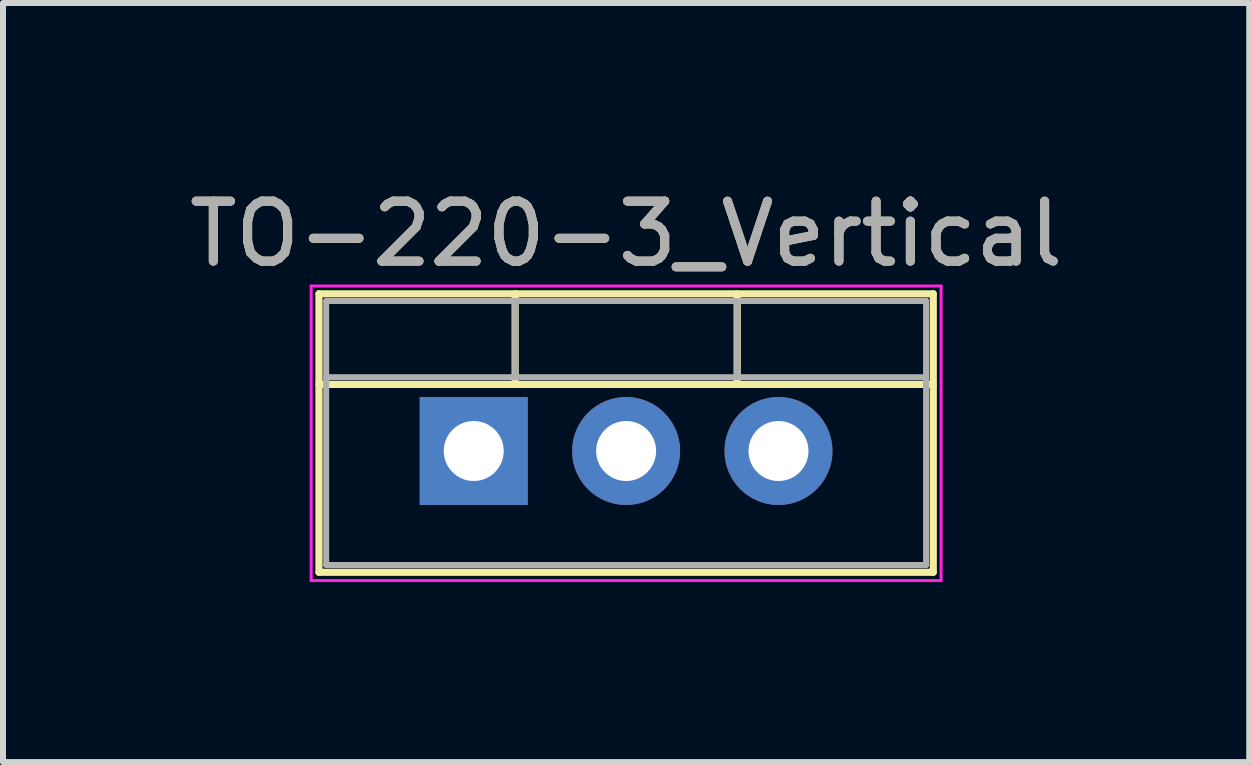
<source format=kicad_pcb>
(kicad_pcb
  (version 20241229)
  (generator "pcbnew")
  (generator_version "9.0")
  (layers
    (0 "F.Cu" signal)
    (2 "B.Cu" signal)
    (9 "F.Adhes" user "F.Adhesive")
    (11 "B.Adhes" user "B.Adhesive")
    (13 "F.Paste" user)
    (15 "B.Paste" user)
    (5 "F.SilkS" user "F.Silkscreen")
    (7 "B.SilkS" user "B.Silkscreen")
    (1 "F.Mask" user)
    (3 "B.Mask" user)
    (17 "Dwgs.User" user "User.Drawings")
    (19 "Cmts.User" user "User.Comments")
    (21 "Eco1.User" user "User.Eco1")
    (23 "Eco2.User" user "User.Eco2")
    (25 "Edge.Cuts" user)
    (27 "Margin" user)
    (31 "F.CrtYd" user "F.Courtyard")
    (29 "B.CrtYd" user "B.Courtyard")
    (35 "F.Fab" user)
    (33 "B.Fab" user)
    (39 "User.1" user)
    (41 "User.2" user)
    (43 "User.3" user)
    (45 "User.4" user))
  (footprint "TO-220-3_Vertical"
    (layer "F.Cu")
    (at 4.847 4.468)
    (property "Reference" "TO-220-3_Vertical" (at 2.54 -3.62 0) (layer "F.SilkS") (effects (font (size 1 1) (thickness 0.15))))
    (attr through_hole)
    (fp_line (start -2.58 -2.62) (end -2.58 2.021) (stroke (width 0.12) (type solid)) (layer "F.SilkS"))
    (fp_line (start -2.58 -2.62) (end 7.66 -2.62) (stroke (width 0.12) (type solid)) (layer "F.SilkS"))
    (fp_line (start -2.58 -1.11) (end 7.66 -1.11) (stroke (width 0.12) (type solid)) (layer "F.SilkS"))
    (fp_line (start -2.58 2.021) (end 7.66 2.021) (stroke (width 0.12) (type solid)) (layer "F.SilkS"))
    (fp_line (start 0.69 -2.62) (end 0.69 -1.11) (stroke (width 0.12) (type solid)) (layer "F.SilkS"))
    (fp_line (start 4.391 -2.62) (end 4.391 -1.11) (stroke (width 0.12) (type solid)) (layer "F.SilkS"))
    (fp_line (start 7.66 -2.62) (end 7.66 2.021) (stroke (width 0.12) (type solid)) (layer "F.SilkS"))
    (fp_line (start -2.71 -2.75) (end -2.71 2.16) (stroke (width 0.05) (type solid)) (layer "F.CrtYd"))
    (fp_line (start -2.71 2.16) (end 7.79 2.16) (stroke (width 0.05) (type solid)) (layer "F.CrtYd"))
    (fp_line (start 7.79 -2.75) (end -2.71 -2.75) (stroke (width 0.05) (type solid)) (layer "F.CrtYd"))
    (fp_line (start 7.79 2.16) (end 7.79 -2.75) (stroke (width 0.05) (type solid)) (layer "F.CrtYd"))
    (fp_line (start -2.46 -2.5) (end -2.46 1.9) (stroke (width 0.1) (type solid)) (layer "F.Fab"))
    (fp_line (start -2.46 -1.23) (end 7.54 -1.23) (stroke (width 0.1) (type solid)) (layer "F.Fab"))
    (fp_line (start -2.46 1.9) (end 7.54 1.9) (stroke (width 0.1) (type solid)) (layer "F.Fab"))
    (fp_line (start 0.69 -2.5) (end 0.69 -1.23) (stroke (width 0.1) (type solid)) (layer "F.Fab"))
    (fp_line (start 4.39 -2.5) (end 4.39 -1.23) (stroke (width 0.1) (type solid)) (layer "F.Fab"))
    (fp_line (start 7.54 -2.5) (end -2.46 -2.5) (stroke (width 0.1) (type solid)) (layer "F.Fab"))
    (fp_line (start 7.54 1.9) (end 7.54 -2.5) (stroke (width 0.1) (type solid)) (layer "F.Fab"))
    (fp_text user "${REFERENCE}" (at 2.54 -3.62 0) (layer "F.Fab") (effects (font (size 1 1) (thickness 0.15))))
    (pad "1" thru_hole rect (at 0 0) (size 1.8 1.8) (drill 1) (layers "*.Cu" "*.Mask"))
    (pad "2" thru_hole oval (at 2.54 0) (size 1.8 1.8) (drill 1) (layers "*.Cu" "*.Mask"))
    (pad "3" thru_hole oval (at 5.08 0) (size 1.8 1.8) (drill 1) (layers "*.Cu" "*.Mask")))
  (gr_rect
    (start -3 -3)
    (end 17.774 9.653)
    (stroke (width 0.1) (type default))
    (fill no)
    (layer "Edge.Cuts")))
</source>
